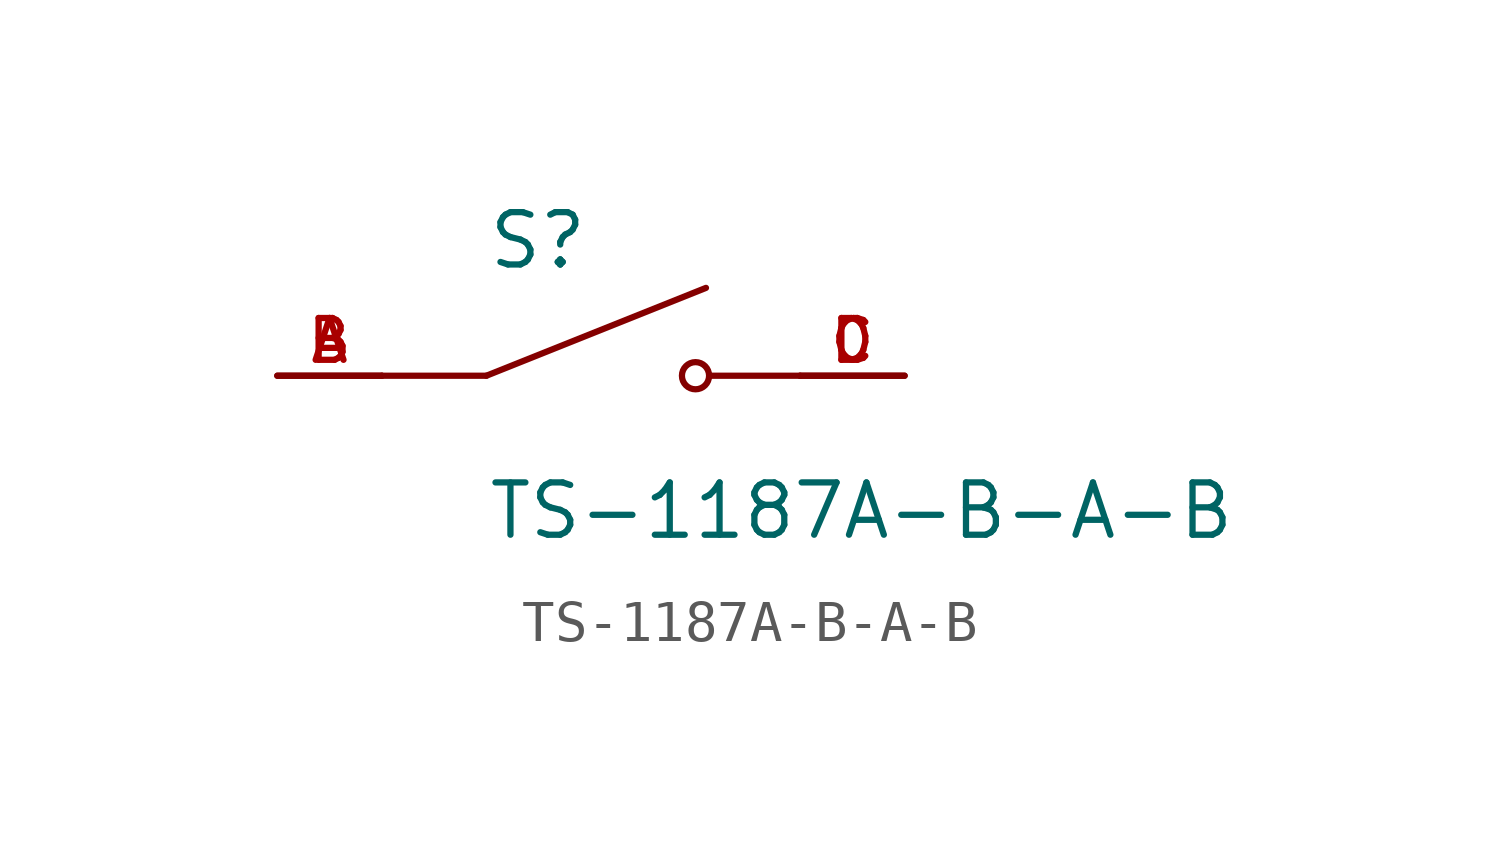
<source format=kicad_sym>
(kicad_symbol_lib
  (version 20211014)
  (generator kicad_symbol_editor)
  (symbol "TS-1187A-B-A-B"
    (pin_names
      (offset 1.016))
    (property "Reference" "S"
      (at -2.54 2.54 0)
      (effects (font (size 1.27 1.27)) (justify bottom left)))
    (property "Value" "TS-1187A-B-A-B"
      (at -2.54 -2.54 0)
      (effects (font (size 1.27 1.27)) (justify top left)))
    (symbol "TS-1187A-B-A-B_0_0"
      (polyline (pts (xy -2.54 0.0) (xy 2.794 2.134)) (stroke (width 0.152)))
      (circle (center 2.54 0.0) (radius 0.33) (stroke (width 0.152)) (fill (type none)))
      (polyline (pts (xy 5.08 0.0) (xy 2.921 0.0)) (stroke (width 0.152)))
      (polyline (pts (xy -2.54 0.0) (xy -5.08 0.0)) (stroke (width 0.152)))
      (pin passive line (at -7.62 0.0 0) (length 2.54) (name "~" (effects (font (size 1.016 1.016)))) (number "A" (effects (font (size 1.016 1.016)))))
      (pin passive line (at -7.62 0.0 0) (length 2.54) (name "~" (effects (font (size 1.016 1.016)))) (number "B" (effects (font (size 1.016 1.016)))))
      (pin passive line (at 7.62 0.0 180.0) (length 2.54) (name "~" (effects (font (size 1.016 1.016)))) (number "C" (effects (font (size 1.016 1.016)))))
      (pin passive line (at 7.62 0.0 180.0) (length 2.54) (name "~" (effects (font (size 1.016 1.016)))) (number "D" (effects (font (size 1.016 1.016))))))))
</source>
